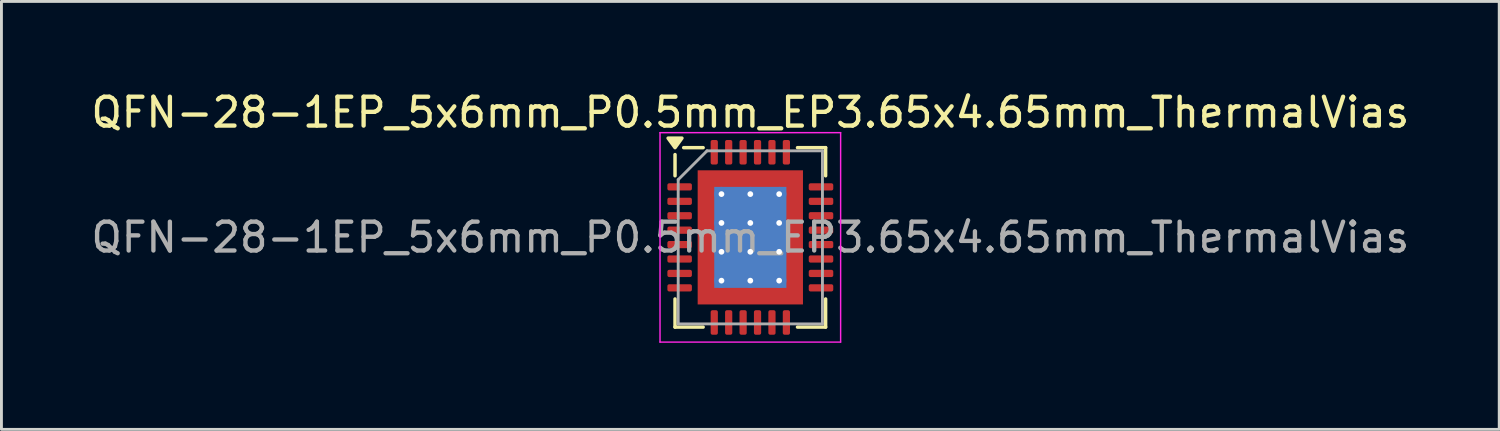
<source format=kicad_pcb>
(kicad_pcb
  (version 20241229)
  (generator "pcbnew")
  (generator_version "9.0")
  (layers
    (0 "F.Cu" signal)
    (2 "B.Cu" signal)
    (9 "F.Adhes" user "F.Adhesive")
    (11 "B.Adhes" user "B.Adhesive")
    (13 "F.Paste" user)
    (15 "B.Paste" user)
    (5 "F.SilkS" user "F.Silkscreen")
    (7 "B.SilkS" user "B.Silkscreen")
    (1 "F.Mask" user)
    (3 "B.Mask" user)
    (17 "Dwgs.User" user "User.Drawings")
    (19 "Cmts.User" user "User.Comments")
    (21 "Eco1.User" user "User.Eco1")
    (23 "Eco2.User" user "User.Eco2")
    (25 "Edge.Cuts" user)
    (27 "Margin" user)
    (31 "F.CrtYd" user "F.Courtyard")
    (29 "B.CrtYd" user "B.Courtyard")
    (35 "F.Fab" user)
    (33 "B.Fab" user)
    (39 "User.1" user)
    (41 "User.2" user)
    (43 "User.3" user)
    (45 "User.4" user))
  (footprint "QFN-28-1EP_5x6mm_P0.5mm_EP3.65x4.65mm_ThermalVias"
    (layer "F.Cu")
    (at 22.958 5.178)
    (property "Reference" "QFN-28-1EP_5x6mm_P0.5mm_EP3.65x4.65mm_ThermalVias" (at 0 -4.33 0) (layer "F.SilkS") (effects (font (size 1 1) (thickness 0.15))))
    (attr smd)
    (fp_line (start -2.61 -2.135) (end -2.61 -2.87) (stroke (width 0.12) (type solid)) (layer "F.SilkS"))
    (fp_line (start -2.61 3.11) (end -2.61 2.135) (stroke (width 0.12) (type solid)) (layer "F.SilkS"))
    (fp_line (start -1.635 -3.11) (end -2.31 -3.11) (stroke (width 0.12) (type solid)) (layer "F.SilkS"))
    (fp_line (start -1.635 3.11) (end -2.61 3.11) (stroke (width 0.12) (type solid)) (layer "F.SilkS"))
    (fp_line (start 1.635 -3.11) (end 2.61 -3.11) (stroke (width 0.12) (type solid)) (layer "F.SilkS"))
    (fp_line (start 1.635 3.11) (end 2.61 3.11) (stroke (width 0.12) (type solid)) (layer "F.SilkS"))
    (fp_line (start 2.61 -3.11) (end 2.61 -2.135) (stroke (width 0.12) (type solid)) (layer "F.SilkS"))
    (fp_line (start 2.61 3.11) (end 2.61 2.135) (stroke (width 0.12) (type solid)) (layer "F.SilkS"))
    (fp_poly (pts (xy -2.61 -3.11) (xy -2.85 -3.44) (xy -2.37 -3.44) (xy -2.61 -3.11)) (stroke (width 0.12) (type solid)) (fill yes) (layer "F.SilkS"))
    (fp_line (start -3.13 -3.63) (end -3.13 3.63) (stroke (width 0.05) (type solid)) (layer "F.CrtYd"))
    (fp_line (start -3.13 3.63) (end 3.13 3.63) (stroke (width 0.05) (type solid)) (layer "F.CrtYd"))
    (fp_line (start 3.13 -3.63) (end -3.13 -3.63) (stroke (width 0.05) (type solid)) (layer "F.CrtYd"))
    (fp_line (start 3.13 3.63) (end 3.13 -3.63) (stroke (width 0.05) (type solid)) (layer "F.CrtYd"))
    (fp_line (start -2.5 -2) (end -1.5 -3) (stroke (width 0.1) (type solid)) (layer "F.Fab"))
    (fp_line (start -2.5 3) (end -2.5 -2) (stroke (width 0.1) (type solid)) (layer "F.Fab"))
    (fp_line (start -1.5 -3) (end 2.5 -3) (stroke (width 0.1) (type solid)) (layer "F.Fab"))
    (fp_line (start 2.5 -3) (end 2.5 3) (stroke (width 0.1) (type solid)) (layer "F.Fab"))
    (fp_line (start 2.5 3) (end -2.5 3) (stroke (width 0.1) (type solid)) (layer "F.Fab"))
    (fp_text user "${REFERENCE}" (at 0 0 0) (layer "F.Fab") (effects (font (size 1 1) (thickness 0.15))))
    (pad "" smd custom (at -1.413 -1.913) (size 0.578 0.578) (layers "F.Paste") (options (anchor circle)) (primitives (gr_poly (pts (xy -0.246 -0.246) (xy 0.246 -0.246) (xy 0.246 0.174) (xy 0.174 0.246) (xy -0.246 0.246)) (width 0.174) (fill yes))))
    (pad "" smd custom (at -1.413 -1) (size 0.59 0.59) (layers "F.Paste") (options (anchor circle)) (primitives (gr_poly (pts (xy -0.258 -0.328) (xy 0.195 -0.328) (xy 0.258 -0.266) (xy 0.258 0.266) (xy 0.195 0.328) (xy -0.258 0.328)) (width 0.15) (fill yes))))
    (pad "" smd custom (at -1.413 0) (size 0.59 0.59) (layers "F.Paste") (options (anchor circle)) (primitives (gr_poly (pts (xy -0.258 -0.328) (xy 0.195 -0.328) (xy 0.258 -0.266) (xy 0.258 0.266) (xy 0.195 0.328) (xy -0.258 0.328)) (width 0.15) (fill yes))))
    (pad "" smd custom (at -1.413 1) (size 0.59 0.59) (layers "F.Paste") (options (anchor circle)) (primitives (gr_poly (pts (xy -0.258 -0.328) (xy 0.195 -0.328) (xy 0.258 -0.266) (xy 0.258 0.266) (xy 0.195 0.328) (xy -0.258 0.328)) (width 0.15) (fill yes))))
    (pad "" smd custom (at -1.413 1.913) (size 0.578 0.578) (layers "F.Paste") (options (anchor circle)) (primitives (gr_poly (pts (xy -0.246 -0.246) (xy 0.174 -0.246) (xy 0.246 -0.174) (xy 0.246 0.246) (xy -0.246 0.246)) (width 0.174) (fill yes))))
    (pad "" smd custom (at -0.5 -1.913) (size 0.59 0.59) (layers "F.Paste") (options (anchor circle)) (primitives (gr_poly (pts (xy -0.328 -0.258) (xy 0.328 -0.258) (xy 0.328 0.195) (xy 0.266 0.258) (xy -0.266 0.258) (xy -0.328 0.195)) (width 0.15) (fill yes))))
    (pad "" smd roundrect (at -0.5 -1) (size 0.806 0.806) (layers "F.Paste") (roundrect_rratio 0.25))
    (pad "" smd roundrect (at -0.5 0) (size 0.806 0.806) (layers "F.Paste") (roundrect_rratio 0.25))
    (pad "" smd roundrect (at -0.5 1) (size 0.806 0.806) (layers "F.Paste") (roundrect_rratio 0.25))
    (pad "" smd custom (at -0.5 1.913) (size 0.59 0.59) (layers "F.Paste") (options (anchor circle)) (primitives (gr_poly (pts (xy -0.328 -0.195) (xy -0.266 -0.258) (xy 0.266 -0.258) (xy 0.328 -0.195) (xy 0.328 0.258) (xy -0.328 0.258)) (width 0.15) (fill yes))))
    (pad "" smd custom (at 0.5 -1.913) (size 0.59 0.59) (layers "F.Paste") (options (anchor circle)) (primitives (gr_poly (pts (xy -0.328 -0.258) (xy 0.328 -0.258) (xy 0.328 0.195) (xy 0.266 0.258) (xy -0.266 0.258) (xy -0.328 0.195)) (width 0.15) (fill yes))))
    (pad "" smd roundrect (at 0.5 -1) (size 0.806 0.806) (layers "F.Paste") (roundrect_rratio 0.25))
    (pad "" smd roundrect (at 0.5 0) (size 0.806 0.806) (layers "F.Paste") (roundrect_rratio 0.25))
    (pad "" smd roundrect (at 0.5 1) (size 0.806 0.806) (layers "F.Paste") (roundrect_rratio 0.25))
    (pad "" smd custom (at 0.5 1.913) (size 0.59 0.59) (layers "F.Paste") (options (anchor circle)) (primitives (gr_poly (pts (xy -0.328 -0.195) (xy -0.266 -0.258) (xy 0.266 -0.258) (xy 0.328 -0.195) (xy 0.328 0.258) (xy -0.328 0.258)) (width 0.15) (fill yes))))
    (pad "" smd custom (at 1.413 -1.913) (size 0.578 0.578) (layers "F.Paste") (options (anchor circle)) (primitives (gr_poly (pts (xy -0.246 -0.246) (xy 0.246 -0.246) (xy 0.246 0.246) (xy -0.174 0.246) (xy -0.246 0.174)) (width 0.174) (fill yes))))
    (pad "" smd custom (at 1.413 -1) (size 0.59 0.59) (layers "F.Paste") (options (anchor circle)) (primitives (gr_poly (pts (xy -0.258 -0.266) (xy -0.195 -0.328) (xy 0.258 -0.328) (xy 0.258 0.328) (xy -0.195 0.328) (xy -0.258 0.266)) (width 0.15) (fill yes))))
    (pad "" smd custom (at 1.413 0) (size 0.59 0.59) (layers "F.Paste") (options (anchor circle)) (primitives (gr_poly (pts (xy -0.258 -0.266) (xy -0.195 -0.328) (xy 0.258 -0.328) (xy 0.258 0.328) (xy -0.195 0.328) (xy -0.258 0.266)) (width 0.15) (fill yes))))
    (pad "" smd custom (at 1.413 1) (size 0.59 0.59) (layers "F.Paste") (options (anchor circle)) (primitives (gr_poly (pts (xy -0.258 -0.266) (xy -0.195 -0.328) (xy 0.258 -0.328) (xy 0.258 0.328) (xy -0.195 0.328) (xy -0.258 0.266)) (width 0.15) (fill yes))))
    (pad "" smd custom (at 1.413 1.913) (size 0.578 0.578) (layers "F.Paste") (options (anchor circle)) (primitives (gr_poly (pts (xy -0.246 -0.174) (xy -0.174 -0.246) (xy 0.246 -0.246) (xy 0.246 0.246) (xy -0.246 0.246)) (width 0.174) (fill yes))))
    (pad "1" smd roundrect (at -2.45 -1.75) (size 0.85 0.25) (layers "F.Cu" "F.Mask" "F.Paste") (roundrect_rratio 0.25))
    (pad "2" smd roundrect (at -2.45 -1.25) (size 0.85 0.25) (layers "F.Cu" "F.Mask" "F.Paste") (roundrect_rratio 0.25))
    (pad "3" smd roundrect (at -2.45 -0.75) (size 0.85 0.25) (layers "F.Cu" "F.Mask" "F.Paste") (roundrect_rratio 0.25))
    (pad "4" smd roundrect (at -2.45 -0.25) (size 0.85 0.25) (layers "F.Cu" "F.Mask" "F.Paste") (roundrect_rratio 0.25))
    (pad "5" smd roundrect (at -2.45 0.25) (size 0.85 0.25) (layers "F.Cu" "F.Mask" "F.Paste") (roundrect_rratio 0.25))
    (pad "6" smd roundrect (at -2.45 0.75) (size 0.85 0.25) (layers "F.Cu" "F.Mask" "F.Paste") (roundrect_rratio 0.25))
    (pad "7" smd roundrect (at -2.45 1.25) (size 0.85 0.25) (layers "F.Cu" "F.Mask" "F.Paste") (roundrect_rratio 0.25))
    (pad "8" smd roundrect (at -2.45 1.75) (size 0.85 0.25) (layers "F.Cu" "F.Mask" "F.Paste") (roundrect_rratio 0.25))
    (pad "9" smd roundrect (at -1.25 2.95) (size 0.25 0.85) (layers "F.Cu" "F.Mask" "F.Paste") (roundrect_rratio 0.25))
    (pad "10" smd roundrect (at -0.75 2.95) (size 0.25 0.85) (layers "F.Cu" "F.Mask" "F.Paste") (roundrect_rratio 0.25))
    (pad "11" smd roundrect (at -0.25 2.95) (size 0.25 0.85) (layers "F.Cu" "F.Mask" "F.Paste") (roundrect_rratio 0.25))
    (pad "12" smd roundrect (at 0.25 2.95) (size 0.25 0.85) (layers "F.Cu" "F.Mask" "F.Paste") (roundrect_rratio 0.25))
    (pad "13" smd roundrect (at 0.75 2.95) (size 0.25 0.85) (layers "F.Cu" "F.Mask" "F.Paste") (roundrect_rratio 0.25))
    (pad "14" smd roundrect (at 1.25 2.95) (size 0.25 0.85) (layers "F.Cu" "F.Mask" "F.Paste") (roundrect_rratio 0.25))
    (pad "15" smd roundrect (at 2.45 1.75) (size 0.85 0.25) (layers "F.Cu" "F.Mask" "F.Paste") (roundrect_rratio 0.25))
    (pad "16" smd roundrect (at 2.45 1.25) (size 0.85 0.25) (layers "F.Cu" "F.Mask" "F.Paste") (roundrect_rratio 0.25))
    (pad "17" smd roundrect (at 2.45 0.75) (size 0.85 0.25) (layers "F.Cu" "F.Mask" "F.Paste") (roundrect_rratio 0.25))
    (pad "18" smd roundrect (at 2.45 0.25) (size 0.85 0.25) (layers "F.Cu" "F.Mask" "F.Paste") (roundrect_rratio 0.25))
    (pad "19" smd roundrect (at 2.45 -0.25) (size 0.85 0.25) (layers "F.Cu" "F.Mask" "F.Paste") (roundrect_rratio 0.25))
    (pad "20" smd roundrect (at 2.45 -0.75) (size 0.85 0.25) (layers "F.Cu" "F.Mask" "F.Paste") (roundrect_rratio 0.25))
    (pad "21" smd roundrect (at 2.45 -1.25) (size 0.85 0.25) (layers "F.Cu" "F.Mask" "F.Paste") (roundrect_rratio 0.25))
    (pad "22" smd roundrect (at 2.45 -1.75) (size 0.85 0.25) (layers "F.Cu" "F.Mask" "F.Paste") (roundrect_rratio 0.25))
    (pad "23" smd roundrect (at 1.25 -2.95) (size 0.25 0.85) (layers "F.Cu" "F.Mask" "F.Paste") (roundrect_rratio 0.25))
    (pad "24" smd roundrect (at 0.75 -2.95) (size 0.25 0.85) (layers "F.Cu" "F.Mask" "F.Paste") (roundrect_rratio 0.25))
    (pad "25" smd roundrect (at 0.25 -2.95) (size 0.25 0.85) (layers "F.Cu" "F.Mask" "F.Paste") (roundrect_rratio 0.25))
    (pad "26" smd roundrect (at -0.25 -2.95) (size 0.25 0.85) (layers "F.Cu" "F.Mask" "F.Paste") (roundrect_rratio 0.25))
    (pad "27" smd roundrect (at -0.75 -2.95) (size 0.25 0.85) (layers "F.Cu" "F.Mask" "F.Paste") (roundrect_rratio 0.25))
    (pad "28" smd roundrect (at -1.25 -2.95) (size 0.25 0.85) (layers "F.Cu" "F.Mask" "F.Paste") (roundrect_rratio 0.25))
    (pad "29" thru_hole circle (at -1 -1.5) (size 0.5 0.5) (drill 0.2) (property pad_prop_heatsink) (layers "*.Cu"))
    (pad "29" thru_hole circle (at -1 -0.5) (size 0.5 0.5) (drill 0.2) (property pad_prop_heatsink) (layers "*.Cu"))
    (pad "29" thru_hole circle (at -1 0.5) (size 0.5 0.5) (drill 0.2) (property pad_prop_heatsink) (layers "*.Cu"))
    (pad "29" thru_hole circle (at -1 1.5) (size 0.5 0.5) (drill 0.2) (property pad_prop_heatsink) (layers "*.Cu"))
    (pad "29" thru_hole circle (at 0 -1.5) (size 0.5 0.5) (drill 0.2) (property pad_prop_heatsink) (layers "*.Cu"))
    (pad "29" thru_hole circle (at 0 -0.5) (size 0.5 0.5) (drill 0.2) (property pad_prop_heatsink) (layers "*.Cu"))
    (pad "29" smd rect (at 0 0) (size 2.5 3.5) (property pad_prop_heatsink) (layers "B.Cu"))
    (pad "29" smd rect (at 0 0) (size 3.65 4.65) (property pad_prop_heatsink) (layers "F.Cu" "F.Mask"))
    (pad "29" thru_hole circle (at 0 0.5) (size 0.5 0.5) (drill 0.2) (property pad_prop_heatsink) (layers "*.Cu"))
    (pad "29" thru_hole circle (at 0 1.5) (size 0.5 0.5) (drill 0.2) (property pad_prop_heatsink) (layers "*.Cu"))
    (pad "29" thru_hole circle (at 1 -1.5) (size 0.5 0.5) (drill 0.2) (property pad_prop_heatsink) (layers "*.Cu"))
    (pad "29" thru_hole circle (at 1 -0.5) (size 0.5 0.5) (drill 0.2) (property pad_prop_heatsink) (layers "*.Cu"))
    (pad "29" thru_hole circle (at 1 0.5) (size 0.5 0.5) (drill 0.2) (property pad_prop_heatsink) (layers "*.Cu"))
    (pad "29" thru_hole circle (at 1 1.5) (size 0.5 0.5) (drill 0.2) (property pad_prop_heatsink) (layers "*.Cu")))
  (gr_rect
    (start -3 -3)
    (end 48.917 11.833)
    (stroke (width 0.1) (type default))
    (fill no)
    (layer "Edge.Cuts")))
</source>
